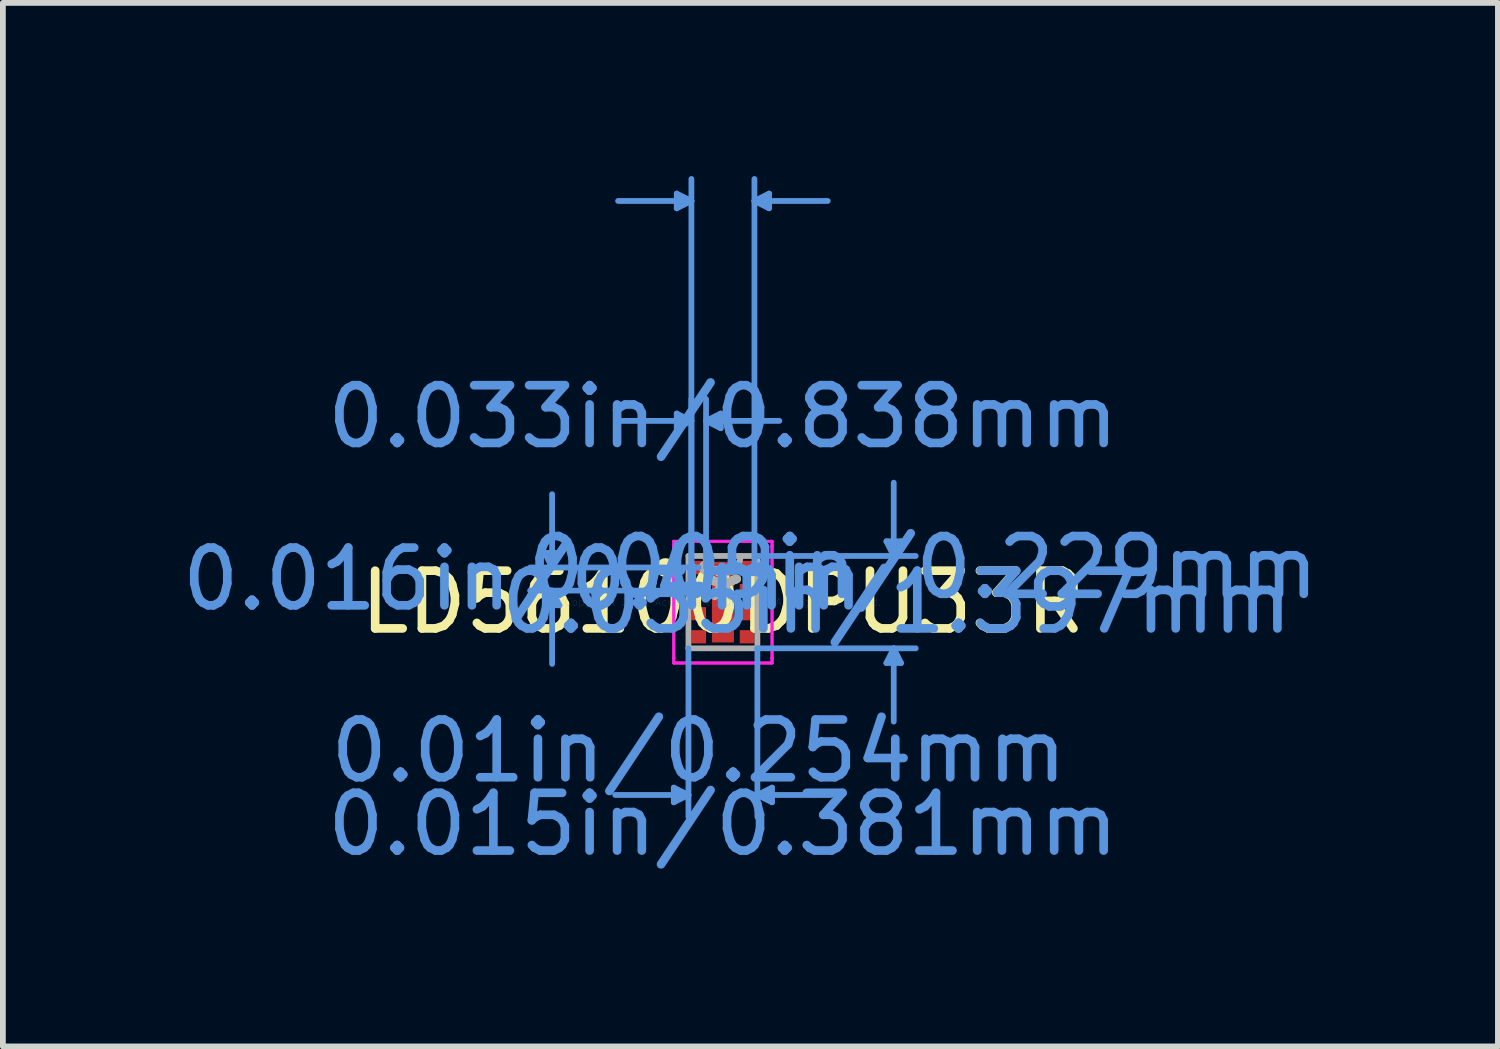
<source format=kicad_pcb>
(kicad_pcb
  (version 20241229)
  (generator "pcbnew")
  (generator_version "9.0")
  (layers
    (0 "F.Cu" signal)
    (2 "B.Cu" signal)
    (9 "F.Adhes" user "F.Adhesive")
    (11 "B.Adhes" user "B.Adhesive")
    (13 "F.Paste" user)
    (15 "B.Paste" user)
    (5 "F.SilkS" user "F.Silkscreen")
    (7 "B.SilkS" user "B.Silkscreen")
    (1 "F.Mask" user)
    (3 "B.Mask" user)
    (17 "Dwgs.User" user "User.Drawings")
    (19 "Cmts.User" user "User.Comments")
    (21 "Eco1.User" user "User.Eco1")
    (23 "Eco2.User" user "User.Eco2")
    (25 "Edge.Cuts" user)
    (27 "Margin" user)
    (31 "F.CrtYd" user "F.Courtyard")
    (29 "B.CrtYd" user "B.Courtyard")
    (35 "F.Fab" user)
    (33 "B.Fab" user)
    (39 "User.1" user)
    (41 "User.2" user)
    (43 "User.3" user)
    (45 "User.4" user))
  (footprint "LD56100DPU33R"
    (layer "F.Cu")
    (at 9.473 7.381)
    (property "Reference" "LD56100DPU33R" (at 0 0 0) (layer "F.SilkS") (effects (font (size 1 1) (thickness 0.15))))
    (attr through_hole)
    (fp_circle (center -0.997 -0.6) (end -0.895 -0.6) (stroke (width 0.12) (type solid)) (fill no) (layer "F.SilkS"))
    (fp_line (start -3.086 -0.854) (end -2.832 -0.854) (stroke (width 0.1) (type solid)) (layer "Cmts.User"))
    (fp_line (start -3.086 0.054) (end -2.832 0.054) (stroke (width 0.1) (type solid)) (layer "Cmts.User"))
    (fp_line (start -2.959 -0.6) (end -3.086 -0.854) (stroke (width 0.1) (type solid)) (layer "Cmts.User"))
    (fp_line (start -2.959 -0.6) (end -2.959 -1.87) (stroke (width 0.1) (type solid)) (layer "Cmts.User"))
    (fp_line (start -2.959 -0.6) (end -2.832 -0.854) (stroke (width 0.1) (type solid)) (layer "Cmts.User"))
    (fp_line (start -2.959 -0.2) (end -3.086 0.054) (stroke (width 0.1) (type solid)) (layer "Cmts.User"))
    (fp_line (start -2.959 -0.2) (end -2.959 1.07) (stroke (width 0.1) (type solid)) (layer "Cmts.User"))
    (fp_line (start -2.959 -0.2) (end -2.832 0.054) (stroke (width 0.1) (type solid)) (layer "Cmts.User"))
    (fp_line (start -0.851 3.213) (end -0.851 3.467) (stroke (width 0.1) (type solid)) (layer "Cmts.User"))
    (fp_line (start -0.8 -7.077) (end -0.8 -6.823) (stroke (width 0.1) (type solid)) (layer "Cmts.User"))
    (fp_line (start -0.8 -3.267) (end -0.8 -3.013) (stroke (width 0.1) (type solid)) (layer "Cmts.User"))
    (fp_line (start -0.597 0.8) (end -0.597 3.721) (stroke (width 0.1) (type solid)) (layer "Cmts.User"))
    (fp_line (start -0.597 3.34) (end -1.867 3.34) (stroke (width 0.1) (type solid)) (layer "Cmts.User"))
    (fp_line (start -0.597 3.34) (end -0.851 3.213) (stroke (width 0.1) (type solid)) (layer "Cmts.User"))
    (fp_line (start -0.597 3.34) (end -0.851 3.467) (stroke (width 0.1) (type solid)) (layer "Cmts.User"))
    (fp_line (start -0.546 -6.95) (end -1.816 -6.95) (stroke (width 0.1) (type solid)) (layer "Cmts.User"))
    (fp_line (start -0.546 -6.95) (end -0.8 -7.077) (stroke (width 0.1) (type solid)) (layer "Cmts.User"))
    (fp_line (start -0.546 -6.95) (end -0.8 -6.823) (stroke (width 0.1) (type solid)) (layer "Cmts.User"))
    (fp_line (start -0.546 -3.14) (end -1.816 -3.14) (stroke (width 0.1) (type solid)) (layer "Cmts.User"))
    (fp_line (start -0.546 -3.14) (end -0.8 -3.267) (stroke (width 0.1) (type solid)) (layer "Cmts.User"))
    (fp_line (start -0.546 -3.14) (end -0.8 -3.013) (stroke (width 0.1) (type solid)) (layer "Cmts.User"))
    (fp_line (start -0.546 -0.6) (end -0.546 -7.331) (stroke (width 0.1) (type solid)) (layer "Cmts.User"))
    (fp_line (start -0.546 -0.6) (end -0.546 -3.521) (stroke (width 0.1) (type solid)) (layer "Cmts.User"))
    (fp_line (start -0.419 -0.6) (end -3.34 -0.6) (stroke (width 0.1) (type solid)) (layer "Cmts.User"))
    (fp_line (start -0.419 -0.2) (end -3.34 -0.2) (stroke (width 0.1) (type solid)) (layer "Cmts.User"))
    (fp_line (start -0.292 -3.14) (end -0.038 -3.267) (stroke (width 0.1) (type solid)) (layer "Cmts.User"))
    (fp_line (start -0.292 -3.14) (end -0.038 -3.013) (stroke (width 0.1) (type solid)) (layer "Cmts.User"))
    (fp_line (start -0.292 -3.14) (end 0.978 -3.14) (stroke (width 0.1) (type solid)) (layer "Cmts.User"))
    (fp_line (start -0.292 -0.6) (end -0.292 -3.521) (stroke (width 0.1) (type solid)) (layer "Cmts.User"))
    (fp_line (start -0.038 -3.267) (end -0.038 -3.013) (stroke (width 0.1) (type solid)) (layer "Cmts.User"))
    (fp_line (start 0.546 -6.95) (end 0.8 -7.077) (stroke (width 0.1) (type solid)) (layer "Cmts.User"))
    (fp_line (start 0.546 -6.95) (end 0.8 -6.823) (stroke (width 0.1) (type solid)) (layer "Cmts.User"))
    (fp_line (start 0.546 -6.95) (end 1.816 -6.95) (stroke (width 0.1) (type solid)) (layer "Cmts.User"))
    (fp_line (start 0.546 -0.6) (end 0.546 -7.331) (stroke (width 0.1) (type solid)) (layer "Cmts.User"))
    (fp_line (start 0.597 -0.8) (end 3.34 -0.8) (stroke (width 0.1) (type solid)) (layer "Cmts.User"))
    (fp_line (start 0.597 0.8) (end 0.597 3.721) (stroke (width 0.1) (type solid)) (layer "Cmts.User"))
    (fp_line (start 0.597 0.8) (end 3.34 0.8) (stroke (width 0.1) (type solid)) (layer "Cmts.User"))
    (fp_line (start 0.597 3.34) (end 0.851 3.213) (stroke (width 0.1) (type solid)) (layer "Cmts.User"))
    (fp_line (start 0.597 3.34) (end 0.851 3.467) (stroke (width 0.1) (type solid)) (layer "Cmts.User"))
    (fp_line (start 0.597 3.34) (end 1.867 3.34) (stroke (width 0.1) (type solid)) (layer "Cmts.User"))
    (fp_line (start 0.8 -7.077) (end 0.8 -6.823) (stroke (width 0.1) (type solid)) (layer "Cmts.User"))
    (fp_line (start 0.851 3.213) (end 0.851 3.467) (stroke (width 0.1) (type solid)) (layer "Cmts.User"))
    (fp_line (start 2.832 -1.054) (end 3.086 -1.054) (stroke (width 0.1) (type solid)) (layer "Cmts.User"))
    (fp_line (start 2.832 1.054) (end 3.086 1.054) (stroke (width 0.1) (type solid)) (layer "Cmts.User"))
    (fp_line (start 2.959 -0.8) (end 2.832 -1.054) (stroke (width 0.1) (type solid)) (layer "Cmts.User"))
    (fp_line (start 2.959 -0.8) (end 2.959 -2.07) (stroke (width 0.1) (type solid)) (layer "Cmts.User"))
    (fp_line (start 2.959 -0.8) (end 3.086 -1.054) (stroke (width 0.1) (type solid)) (layer "Cmts.User"))
    (fp_line (start 2.959 0.8) (end 2.832 1.054) (stroke (width 0.1) (type solid)) (layer "Cmts.User"))
    (fp_line (start 2.959 0.8) (end 2.959 2.07) (stroke (width 0.1) (type solid)) (layer "Cmts.User"))
    (fp_line (start 2.959 0.8) (end 3.086 1.054) (stroke (width 0.1) (type solid)) (layer "Cmts.User"))
    (fp_line (start -0.851 -1.054) (end 0.851 -1.054) (stroke (width 0.05) (type solid)) (layer "F.CrtYd"))
    (fp_line (start -0.851 -1.054) (end 0.851 -1.054) (stroke (width 0.05) (type solid)) (layer "F.CrtYd"))
    (fp_line (start -0.851 -0.968) (end -0.851 -1.054) (stroke (width 0.05) (type solid)) (layer "F.CrtYd"))
    (fp_line (start -0.851 -0.968) (end -0.851 -1.054) (stroke (width 0.05) (type solid)) (layer "F.CrtYd"))
    (fp_line (start -0.851 -0.968) (end -0.851 -0.968) (stroke (width 0.05) (type solid)) (layer "F.CrtYd"))
    (fp_line (start -0.851 -0.968) (end -0.851 -0.968) (stroke (width 0.05) (type solid)) (layer "F.CrtYd"))
    (fp_line (start -0.851 0.968) (end -0.851 -0.968) (stroke (width 0.05) (type solid)) (layer "F.CrtYd"))
    (fp_line (start -0.851 0.968) (end -0.851 -0.968) (stroke (width 0.05) (type solid)) (layer "F.CrtYd"))
    (fp_line (start -0.851 0.968) (end -0.851 0.968) (stroke (width 0.05) (type solid)) (layer "F.CrtYd"))
    (fp_line (start -0.851 0.968) (end -0.851 0.968) (stroke (width 0.05) (type solid)) (layer "F.CrtYd"))
    (fp_line (start -0.851 1.054) (end -0.851 0.968) (stroke (width 0.05) (type solid)) (layer "F.CrtYd"))
    (fp_line (start -0.851 1.054) (end -0.851 0.968) (stroke (width 0.05) (type solid)) (layer "F.CrtYd"))
    (fp_line (start 0.851 -1.054) (end 0.851 -0.968) (stroke (width 0.05) (type solid)) (layer "F.CrtYd"))
    (fp_line (start 0.851 -1.054) (end 0.851 -0.968) (stroke (width 0.05) (type solid)) (layer "F.CrtYd"))
    (fp_line (start 0.851 -0.968) (end 0.851 -0.968) (stroke (width 0.05) (type solid)) (layer "F.CrtYd"))
    (fp_line (start 0.851 -0.968) (end 0.851 -0.968) (stroke (width 0.05) (type solid)) (layer "F.CrtYd"))
    (fp_line (start 0.851 -0.968) (end 0.851 0.968) (stroke (width 0.05) (type solid)) (layer "F.CrtYd"))
    (fp_line (start 0.851 -0.968) (end 0.851 0.968) (stroke (width 0.05) (type solid)) (layer "F.CrtYd"))
    (fp_line (start 0.851 0.968) (end 0.851 0.968) (stroke (width 0.05) (type solid)) (layer "F.CrtYd"))
    (fp_line (start 0.851 0.968) (end 0.851 0.968) (stroke (width 0.05) (type solid)) (layer "F.CrtYd"))
    (fp_line (start 0.851 0.968) (end 0.851 1.054) (stroke (width 0.05) (type solid)) (layer "F.CrtYd"))
    (fp_line (start 0.851 0.968) (end 0.851 1.054) (stroke (width 0.05) (type solid)) (layer "F.CrtYd"))
    (fp_line (start 0.851 1.054) (end -0.851 1.054) (stroke (width 0.05) (type solid)) (layer "F.CrtYd"))
    (fp_line (start 0.851 1.054) (end -0.851 1.054) (stroke (width 0.05) (type solid)) (layer "F.CrtYd"))
    (fp_line (start -0.597 -0.8) (end -0.597 0.8) (stroke (width 0.1) (type solid)) (layer "F.Fab"))
    (fp_line (start -0.597 0.8) (end 0.597 0.8) (stroke (width 0.1) (type solid)) (layer "F.Fab"))
    (fp_line (start 0.597 -0.8) (end -0.597 -0.8) (stroke (width 0.1) (type solid)) (layer "F.Fab"))
    (fp_line (start 0.597 0.8) (end 0.597 -0.8) (stroke (width 0.1) (type solid)) (layer "F.Fab"))
    (fp_arc (start 0.3048 -0.8001) (mid 0 -0.4953) (end -0.3048 -0.8001) (stroke (width 0.1) (type solid)) (layer "F.Fab"))
    (fp_circle (center -0.292 -0.6) (end -0.216 -0.6) (stroke (width 0.1) (type solid)) (fill no) (layer "F.Fab"))
    (fp_text user "*" (at 0 0 0) (layer "F.SilkS") (effects (font (size 1 1) (thickness 0.15))))
    (fp_text user "Copyright 2021 Accelerated Designs. All rights reserved." (at 0 0 0) (layer "Cmts.User") (effects (font (size 0.127 0.127) (thickness 0.002))))
    (fp_text user "0.015in/0.381mm" (at 0 3.848 0) (layer "Cmts.User") (effects (font (size 1 1) (thickness 0.15))))
    (fp_text user "0.009in/0.229mm" (at 3.467 -0.6 0) (layer "Cmts.User") (effects (font (size 1 1) (thickness 0.15))))
    (fp_text user "0.016in/0.4mm" (at -3.467 -0.4 0) (layer "Cmts.User") (effects (font (size 1 1) (thickness 0.15))))
    (fp_text user "0.01in/0.254mm" (at -0.419 2.578 0) (layer "Cmts.User") (effects (font (size 1 1) (thickness 0.15))))
    (fp_text user "0.033in/0.838mm" (at 0 -3.213 0) (layer "Cmts.User") (effects (font (size 1 1) (thickness 0.15))))
    (fp_text user "0.055in/1.397mm" (at 3.01 0 0) (layer "Cmts.User") (effects (font (size 1 1) (thickness 0.15))))
    (fp_text user "*" (at 0 0 0) (layer "F.Fab") (effects (font (size 1 1) (thickness 0.15))))
    (pad "1" smd rect (at -0.419 -0.6) (size 0.254 0.229) (layers "F.Cu" "F.Mask" "F.Paste"))
    (pad "2" smd rect (at -0.419 -0.2) (size 0.254 0.229) (layers "F.Cu" "F.Mask" "F.Paste"))
    (pad "3" smd rect (at -0.419 0.2) (size 0.254 0.229) (layers "F.Cu" "F.Mask" "F.Paste"))
    (pad "4" smd rect (at -0.419 0.6) (size 0.254 0.229) (layers "F.Cu" "F.Mask" "F.Paste"))
    (pad "5" smd rect (at 0.419 0.6) (size 0.254 0.229) (layers "F.Cu" "F.Mask" "F.Paste"))
    (pad "6" smd rect (at 0.419 0.2) (size 0.254 0.229) (layers "F.Cu" "F.Mask" "F.Paste"))
    (pad "7" smd rect (at 0.419 -0.2) (size 0.254 0.229) (layers "F.Cu" "F.Mask" "F.Paste"))
    (pad "8" smd rect (at 0.419 -0.6) (size 0.254 0.229) (layers "F.Cu" "F.Mask" "F.Paste"))
    (pad "9" smd rect (at 0 0) (size 0.381 1.397) (layers "F.Cu" "F.Mask" "F.Paste")))
  (gr_rect
    (start -3 -3)
    (end 22.898 15.077)
    (stroke (width 0.1) (type default))
    (fill no)
    (layer "Edge.Cuts")))
</source>
